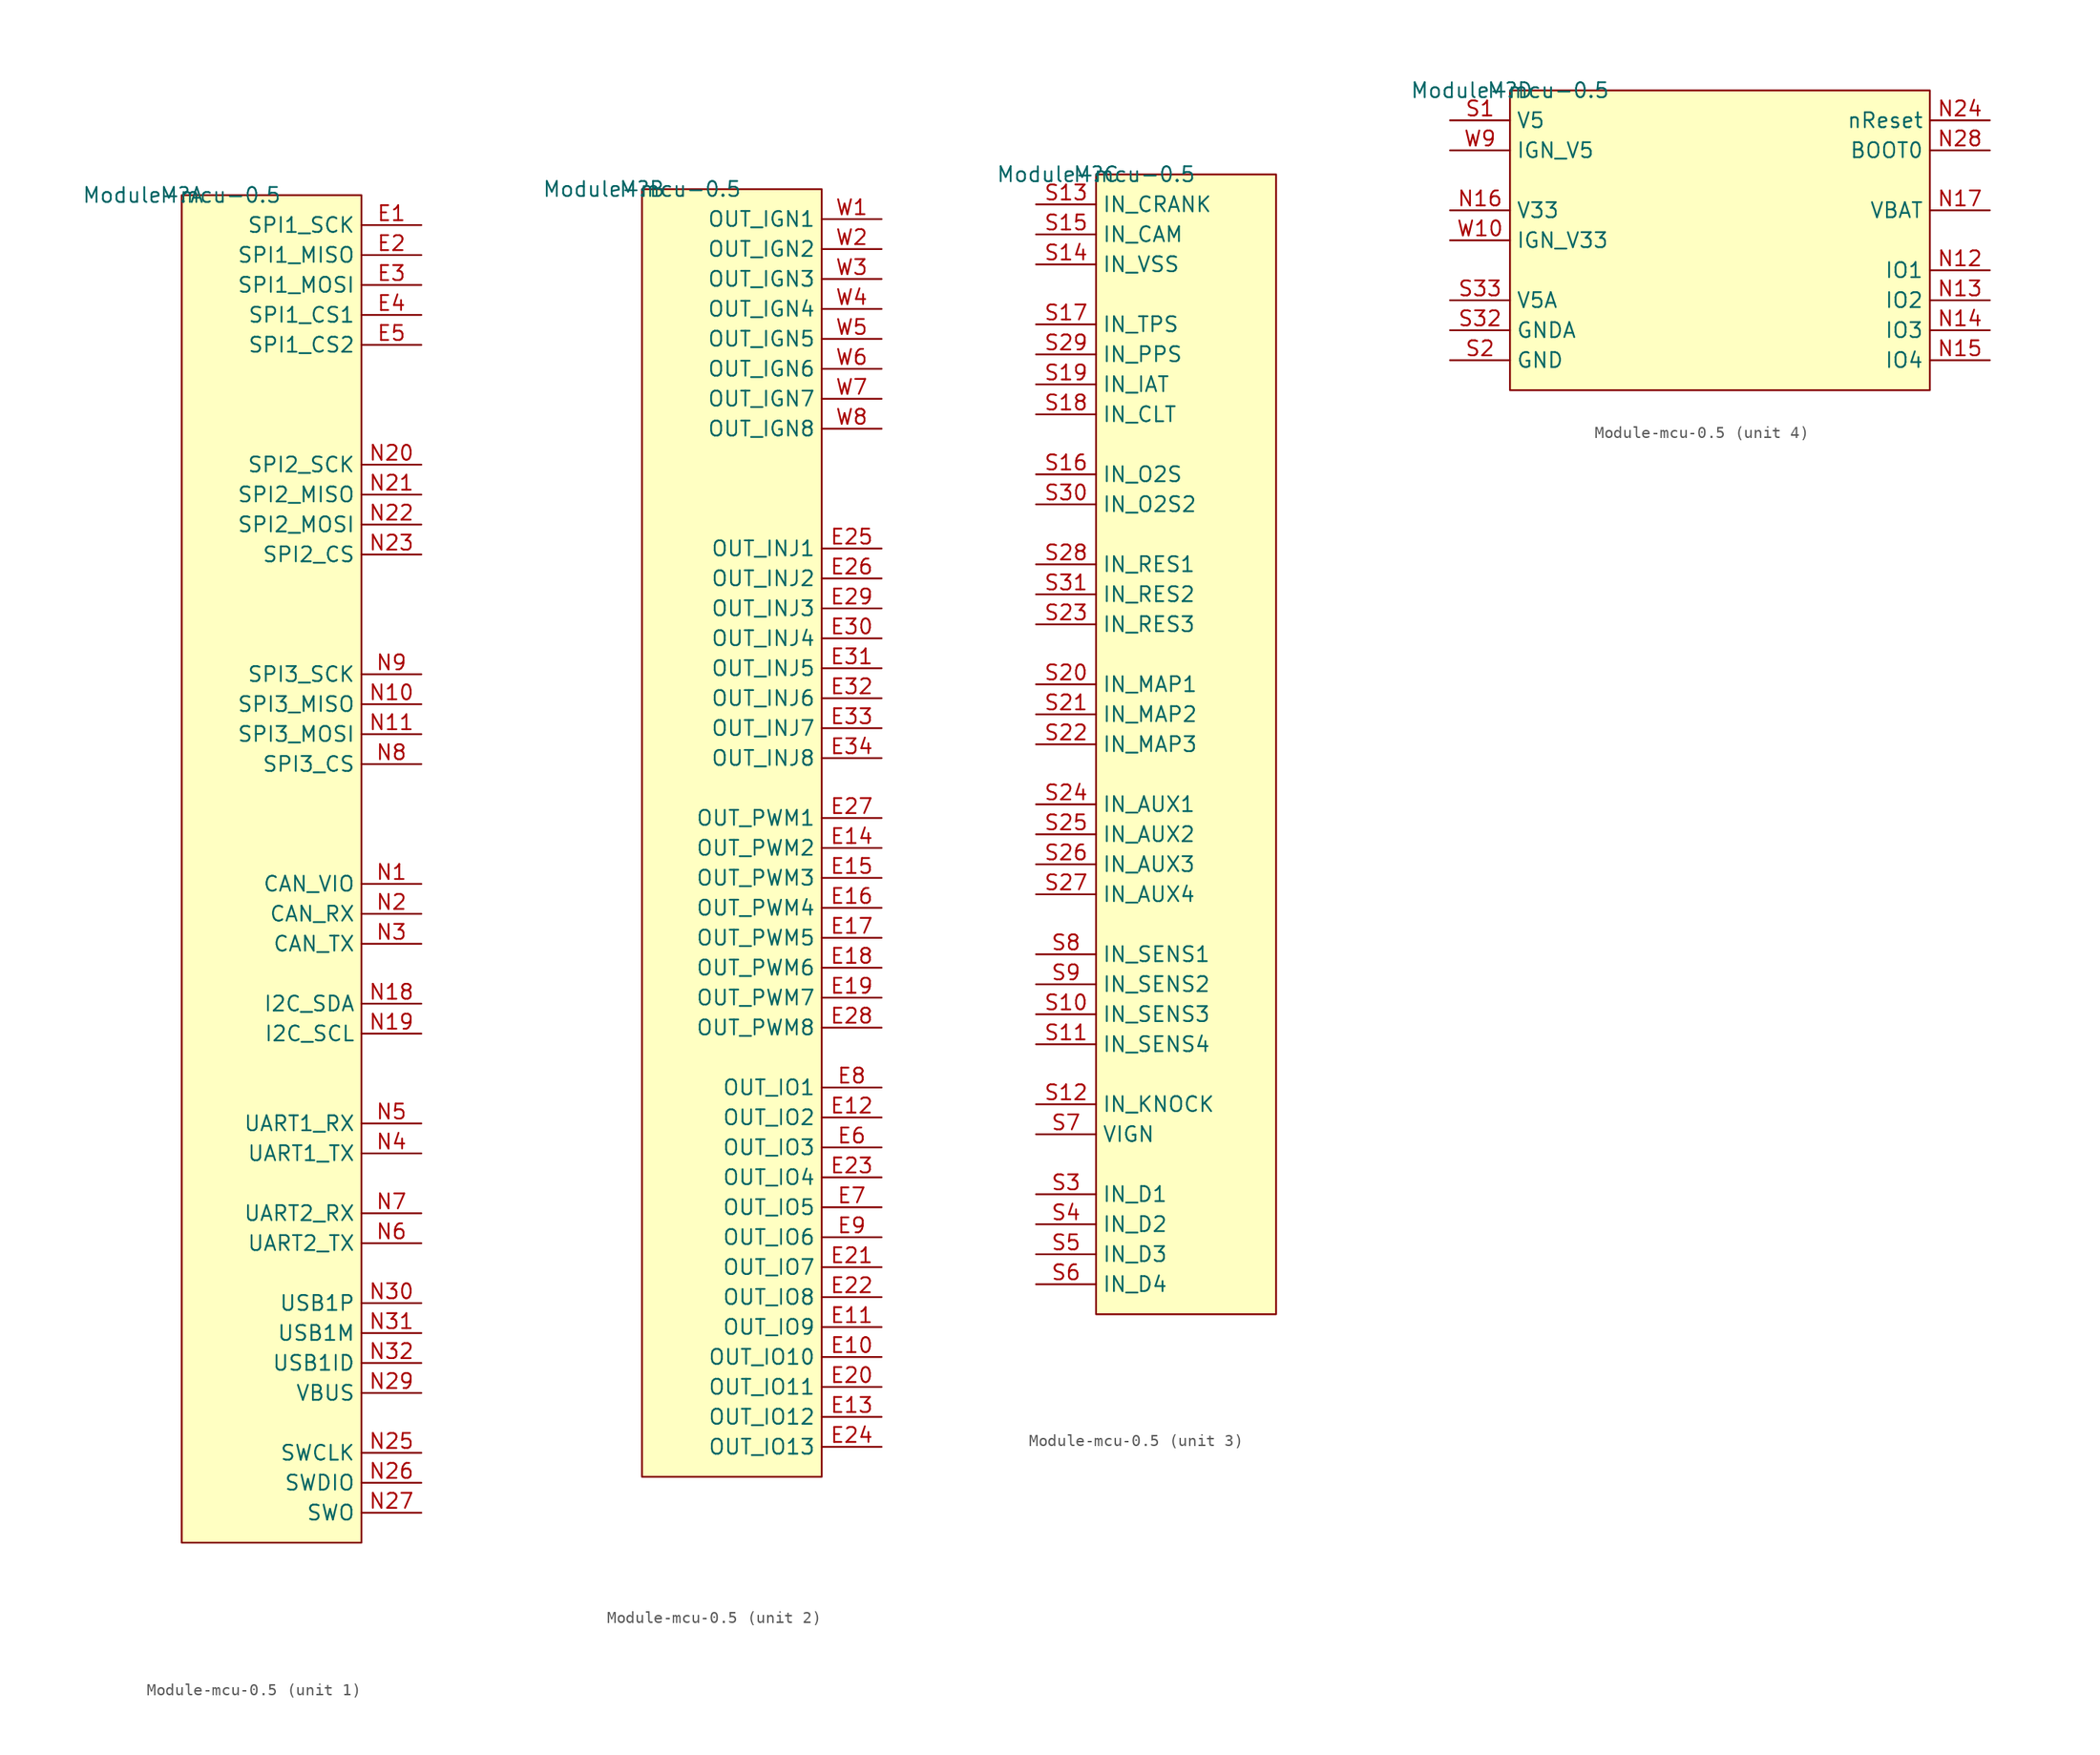
<source format=kicad_sym>
(kicad_symbol_lib
  (version 20201005)
  (generator kicad_symbol_editor)
  (symbol "mcu:Module-mcu-0.5"
    (property "Reference" "M"
      (at 0 0 0)
      (effects (font (size 1.27 1.27))))
    (property "Value" "Module-mcu-0.5"
      (at 0 0 0)
      (effects (font (size 1.27 1.27))))
    (symbol "Module-mcu-0.5_1_0"
      (rectangle (start 15.24 0) (end 0 -114.3) (stroke (width 0)) (fill (type background)))
      (pin passive line (at 20.32 -2.54 180) (length 5.08) (name "SPI1_SCK" (effects (font (size 1.27 1.27)))) (number "E1" (effects (font (size 1.27 1.27)))))
      (pin passive line (at 20.32 -5.08 180) (length 5.08) (name "SPI1_MISO" (effects (font (size 1.27 1.27)))) (number "E2" (effects (font (size 1.27 1.27)))))
      (pin passive line (at 20.32 -7.62 180) (length 5.08) (name "SPI1_MOSI" (effects (font (size 1.27 1.27)))) (number "E3" (effects (font (size 1.27 1.27)))))
      (pin passive line (at 20.32 -10.16 180) (length 5.08) (name "SPI1_CS1" (effects (font (size 1.27 1.27)))) (number "E4" (effects (font (size 1.27 1.27)))))
      (pin passive line (at 20.32 -12.7 180) (length 5.08) (name "SPI1_CS2" (effects (font (size 1.27 1.27)))) (number "E5" (effects (font (size 1.27 1.27)))))
      (pin passive line (at 20.32 -58.42 180) (length 5.08) (name "CAN_VIO" (effects (font (size 1.27 1.27)))) (number "N1" (effects (font (size 1.27 1.27)))))
      (pin passive line (at 20.32 -43.18 180) (length 5.08) (name "SPI3_MISO" (effects (font (size 1.27 1.27)))) (number "N10" (effects (font (size 1.27 1.27)))))
      (pin passive line (at 20.32 -45.72 180) (length 5.08) (name "SPI3_MOSI" (effects (font (size 1.27 1.27)))) (number "N11" (effects (font (size 1.27 1.27)))))
      (pin passive line (at 20.32 -68.58 180) (length 5.08) (name "I2C_SDA" (effects (font (size 1.27 1.27)))) (number "N18" (effects (font (size 1.27 1.27)))))
      (pin passive line (at 20.32 -71.12 180) (length 5.08) (name "I2C_SCL" (effects (font (size 1.27 1.27)))) (number "N19" (effects (font (size 1.27 1.27)))))
      (pin passive line (at 20.32 -60.96 180) (length 5.08) (name "CAN_RX" (effects (font (size 1.27 1.27)))) (number "N2" (effects (font (size 1.27 1.27)))))
      (pin passive line (at 20.32 -22.86 180) (length 5.08) (name "SPI2_SCK" (effects (font (size 1.27 1.27)))) (number "N20" (effects (font (size 1.27 1.27)))))
      (pin passive line (at 20.32 -25.4 180) (length 5.08) (name "SPI2_MISO" (effects (font (size 1.27 1.27)))) (number "N21" (effects (font (size 1.27 1.27)))))
      (pin passive line (at 20.32 -27.94 180) (length 5.08) (name "SPI2_MOSI" (effects (font (size 1.27 1.27)))) (number "N22" (effects (font (size 1.27 1.27)))))
      (pin passive line (at 20.32 -30.48 180) (length 5.08) (name "SPI2_CS" (effects (font (size 1.27 1.27)))) (number "N23" (effects (font (size 1.27 1.27)))))
      (pin passive line (at 20.32 -106.68 180) (length 5.08) (name "SWCLK" (effects (font (size 1.27 1.27)))) (number "N25" (effects (font (size 1.27 1.27)))))
      (pin passive line (at 20.32 -109.22 180) (length 5.08) (name "SWDIO" (effects (font (size 1.27 1.27)))) (number "N26" (effects (font (size 1.27 1.27)))))
      (pin passive line (at 20.32 -111.76 180) (length 5.08) (name "SWO" (effects (font (size 1.27 1.27)))) (number "N27" (effects (font (size 1.27 1.27)))))
      (pin passive line (at 20.32 -101.6 180) (length 5.08) (name "VBUS" (effects (font (size 1.27 1.27)))) (number "N29" (effects (font (size 1.27 1.27)))))
      (pin passive line (at 20.32 -63.5 180) (length 5.08) (name "CAN_TX" (effects (font (size 1.27 1.27)))) (number "N3" (effects (font (size 1.27 1.27)))))
      (pin passive line (at 20.32 -93.98 180) (length 5.08) (name "USB1P" (effects (font (size 1.27 1.27)))) (number "N30" (effects (font (size 1.27 1.27)))))
      (pin passive line (at 20.32 -96.52 180) (length 5.08) (name "USB1M" (effects (font (size 1.27 1.27)))) (number "N31" (effects (font (size 1.27 1.27)))))
      (pin passive line (at 20.32 -99.06 180) (length 5.08) (name "USB1ID" (effects (font (size 1.27 1.27)))) (number "N32" (effects (font (size 1.27 1.27)))))
      (pin passive line (at 20.32 -81.28 180) (length 5.08) (name "UART1_TX" (effects (font (size 1.27 1.27)))) (number "N4" (effects (font (size 1.27 1.27)))))
      (pin passive line (at 20.32 -78.74 180) (length 5.08) (name "UART1_RX" (effects (font (size 1.27 1.27)))) (number "N5" (effects (font (size 1.27 1.27)))))
      (pin passive line (at 20.32 -88.9 180) (length 5.08) (name "UART2_TX" (effects (font (size 1.27 1.27)))) (number "N6" (effects (font (size 1.27 1.27)))))
      (pin passive line (at 20.32 -86.36 180) (length 5.08) (name "UART2_RX" (effects (font (size 1.27 1.27)))) (number "N7" (effects (font (size 1.27 1.27)))))
      (pin passive line (at 20.32 -48.26 180) (length 5.08) (name "SPI3_CS" (effects (font (size 1.27 1.27)))) (number "N8" (effects (font (size 1.27 1.27)))))
      (pin passive line (at 20.32 -40.64 180) (length 5.08) (name "SPI3_SCK" (effects (font (size 1.27 1.27)))) (number "N9" (effects (font (size 1.27 1.27))))))
    (symbol "Module-mcu-0.5_2_0"
      (rectangle (start 15.24 0) (end 0 -109.22) (stroke (width 0)) (fill (type background)))
      (pin passive line (at 20.32 -99.06 180) (length 5.08) (name "OUT_IO10" (effects (font (size 1.27 1.27)))) (number "E10" (effects (font (size 1.27 1.27)))))
      (pin passive line (at 20.32 -96.52 180) (length 5.08) (name "OUT_IO9" (effects (font (size 1.27 1.27)))) (number "E11" (effects (font (size 1.27 1.27)))))
      (pin passive line (at 20.32 -78.74 180) (length 5.08) (name "OUT_IO2" (effects (font (size 1.27 1.27)))) (number "E12" (effects (font (size 1.27 1.27)))))
      (pin passive line (at 20.32 -104.14 180) (length 5.08) (name "OUT_IO12" (effects (font (size 1.27 1.27)))) (number "E13" (effects (font (size 1.27 1.27)))))
      (pin passive line (at 20.32 -55.88 180) (length 5.08) (name "OUT_PWM2" (effects (font (size 1.27 1.27)))) (number "E14" (effects (font (size 1.27 1.27)))))
      (pin passive line (at 20.32 -58.42 180) (length 5.08) (name "OUT_PWM3" (effects (font (size 1.27 1.27)))) (number "E15" (effects (font (size 1.27 1.27)))))
      (pin passive line (at 20.32 -60.96 180) (length 5.08) (name "OUT_PWM4" (effects (font (size 1.27 1.27)))) (number "E16" (effects (font (size 1.27 1.27)))))
      (pin passive line (at 20.32 -63.5 180) (length 5.08) (name "OUT_PWM5" (effects (font (size 1.27 1.27)))) (number "E17" (effects (font (size 1.27 1.27)))))
      (pin passive line (at 20.32 -66.04 180) (length 5.08) (name "OUT_PWM6" (effects (font (size 1.27 1.27)))) (number "E18" (effects (font (size 1.27 1.27)))))
      (pin passive line (at 20.32 -68.58 180) (length 5.08) (name "OUT_PWM7" (effects (font (size 1.27 1.27)))) (number "E19" (effects (font (size 1.27 1.27)))))
      (pin passive line (at 20.32 -101.6 180) (length 5.08) (name "OUT_IO11" (effects (font (size 1.27 1.27)))) (number "E20" (effects (font (size 1.27 1.27)))))
      (pin passive line (at 20.32 -91.44 180) (length 5.08) (name "OUT_IO7" (effects (font (size 1.27 1.27)))) (number "E21" (effects (font (size 1.27 1.27)))))
      (pin passive line (at 20.32 -93.98 180) (length 5.08) (name "OUT_IO8" (effects (font (size 1.27 1.27)))) (number "E22" (effects (font (size 1.27 1.27)))))
      (pin passive line (at 20.32 -83.82 180) (length 5.08) (name "OUT_IO4" (effects (font (size 1.27 1.27)))) (number "E23" (effects (font (size 1.27 1.27)))))
      (pin passive line (at 20.32 -106.68 180) (length 5.08) (name "OUT_IO13" (effects (font (size 1.27 1.27)))) (number "E24" (effects (font (size 1.27 1.27)))))
      (pin passive line (at 20.32 -30.48 180) (length 5.08) (name "OUT_INJ1" (effects (font (size 1.27 1.27)))) (number "E25" (effects (font (size 1.27 1.27)))))
      (pin passive line (at 20.32 -33.02 180) (length 5.08) (name "OUT_INJ2" (effects (font (size 1.27 1.27)))) (number "E26" (effects (font (size 1.27 1.27)))))
      (pin passive line (at 20.32 -53.34 180) (length 5.08) (name "OUT_PWM1" (effects (font (size 1.27 1.27)))) (number "E27" (effects (font (size 1.27 1.27)))))
      (pin passive line (at 20.32 -71.12 180) (length 5.08) (name "OUT_PWM8" (effects (font (size 1.27 1.27)))) (number "E28" (effects (font (size 1.27 1.27)))))
      (pin passive line (at 20.32 -35.56 180) (length 5.08) (name "OUT_INJ3" (effects (font (size 1.27 1.27)))) (number "E29" (effects (font (size 1.27 1.27)))))
      (pin passive line (at 20.32 -38.1 180) (length 5.08) (name "OUT_INJ4" (effects (font (size 1.27 1.27)))) (number "E30" (effects (font (size 1.27 1.27)))))
      (pin passive line (at 20.32 -40.64 180) (length 5.08) (name "OUT_INJ5" (effects (font (size 1.27 1.27)))) (number "E31" (effects (font (size 1.27 1.27)))))
      (pin passive line (at 20.32 -43.18 180) (length 5.08) (name "OUT_INJ6" (effects (font (size 1.27 1.27)))) (number "E32" (effects (font (size 1.27 1.27)))))
      (pin passive line (at 20.32 -45.72 180) (length 5.08) (name "OUT_INJ7" (effects (font (size 1.27 1.27)))) (number "E33" (effects (font (size 1.27 1.27)))))
      (pin passive line (at 20.32 -48.26 180) (length 5.08) (name "OUT_INJ8" (effects (font (size 1.27 1.27)))) (number "E34" (effects (font (size 1.27 1.27)))))
      (pin passive line (at 20.32 -81.28 180) (length 5.08) (name "OUT_IO3" (effects (font (size 1.27 1.27)))) (number "E6" (effects (font (size 1.27 1.27)))))
      (pin passive line (at 20.32 -86.36 180) (length 5.08) (name "OUT_IO5" (effects (font (size 1.27 1.27)))) (number "E7" (effects (font (size 1.27 1.27)))))
      (pin passive line (at 20.32 -76.2 180) (length 5.08) (name "OUT_IO1" (effects (font (size 1.27 1.27)))) (number "E8" (effects (font (size 1.27 1.27)))))
      (pin passive line (at 20.32 -88.9 180) (length 5.08) (name "OUT_IO6" (effects (font (size 1.27 1.27)))) (number "E9" (effects (font (size 1.27 1.27)))))
      (pin passive line (at 20.32 -2.54 180) (length 5.08) (name "OUT_IGN1" (effects (font (size 1.27 1.27)))) (number "W1" (effects (font (size 1.27 1.27)))))
      (pin passive line (at 20.32 -5.08 180) (length 5.08) (name "OUT_IGN2" (effects (font (size 1.27 1.27)))) (number "W2" (effects (font (size 1.27 1.27)))))
      (pin passive line (at 20.32 -7.62 180) (length 5.08) (name "OUT_IGN3" (effects (font (size 1.27 1.27)))) (number "W3" (effects (font (size 1.27 1.27)))))
      (pin passive line (at 20.32 -10.16 180) (length 5.08) (name "OUT_IGN4" (effects (font (size 1.27 1.27)))) (number "W4" (effects (font (size 1.27 1.27)))))
      (pin passive line (at 20.32 -12.7 180) (length 5.08) (name "OUT_IGN5" (effects (font (size 1.27 1.27)))) (number "W5" (effects (font (size 1.27 1.27)))))
      (pin passive line (at 20.32 -15.24 180) (length 5.08) (name "OUT_IGN6" (effects (font (size 1.27 1.27)))) (number "W6" (effects (font (size 1.27 1.27)))))
      (pin passive line (at 20.32 -17.78 180) (length 5.08) (name "OUT_IGN7" (effects (font (size 1.27 1.27)))) (number "W7" (effects (font (size 1.27 1.27)))))
      (pin passive line (at 20.32 -20.32 180) (length 5.08) (name "OUT_IGN8" (effects (font (size 1.27 1.27)))) (number "W8" (effects (font (size 1.27 1.27))))))
    (symbol "Module-mcu-0.5_3_0"
      (rectangle (start 15.24 0) (end 0 -96.52) (stroke (width 0)) (fill (type background)))
      (pin passive line (at -5.08 -71.12 0) (length 5.08) (name "IN_SENS3" (effects (font (size 1.27 1.27)))) (number "S10" (effects (font (size 1.27 1.27)))))
      (pin passive line (at -5.08 -73.66 0) (length 5.08) (name "IN_SENS4" (effects (font (size 1.27 1.27)))) (number "S11" (effects (font (size 1.27 1.27)))))
      (pin passive line (at -5.08 -78.74 0) (length 5.08) (name "IN_KNOCK" (effects (font (size 1.27 1.27)))) (number "S12" (effects (font (size 1.27 1.27)))))
      (pin passive line (at -5.08 -2.54 0) (length 5.08) (name "IN_CRANK" (effects (font (size 1.27 1.27)))) (number "S13" (effects (font (size 1.27 1.27)))))
      (pin passive line (at -5.08 -7.62 0) (length 5.08) (name "IN_VSS" (effects (font (size 1.27 1.27)))) (number "S14" (effects (font (size 1.27 1.27)))))
      (pin passive line (at -5.08 -5.08 0) (length 5.08) (name "IN_CAM" (effects (font (size 1.27 1.27)))) (number "S15" (effects (font (size 1.27 1.27)))))
      (pin passive line (at -5.08 -25.4 0) (length 5.08) (name "IN_O2S" (effects (font (size 1.27 1.27)))) (number "S16" (effects (font (size 1.27 1.27)))))
      (pin passive line (at -5.08 -12.7 0) (length 5.08) (name "IN_TPS" (effects (font (size 1.27 1.27)))) (number "S17" (effects (font (size 1.27 1.27)))))
      (pin passive line (at -5.08 -20.32 0) (length 5.08) (name "IN_CLT" (effects (font (size 1.27 1.27)))) (number "S18" (effects (font (size 1.27 1.27)))))
      (pin passive line (at -5.08 -17.78 0) (length 5.08) (name "IN_IAT" (effects (font (size 1.27 1.27)))) (number "S19" (effects (font (size 1.27 1.27)))))
      (pin passive line (at -5.08 -43.18 0) (length 5.08) (name "IN_MAP1" (effects (font (size 1.27 1.27)))) (number "S20" (effects (font (size 1.27 1.27)))))
      (pin passive line (at -5.08 -45.72 0) (length 5.08) (name "IN_MAP2" (effects (font (size 1.27 1.27)))) (number "S21" (effects (font (size 1.27 1.27)))))
      (pin passive line (at -5.08 -48.26 0) (length 5.08) (name "IN_MAP3" (effects (font (size 1.27 1.27)))) (number "S22" (effects (font (size 1.27 1.27)))))
      (pin passive line (at -5.08 -38.1 0) (length 5.08) (name "IN_RES3" (effects (font (size 1.27 1.27)))) (number "S23" (effects (font (size 1.27 1.27)))))
      (pin passive line (at -5.08 -53.34 0) (length 5.08) (name "IN_AUX1" (effects (font (size 1.27 1.27)))) (number "S24" (effects (font (size 1.27 1.27)))))
      (pin passive line (at -5.08 -55.88 0) (length 5.08) (name "IN_AUX2" (effects (font (size 1.27 1.27)))) (number "S25" (effects (font (size 1.27 1.27)))))
      (pin passive line (at -5.08 -58.42 0) (length 5.08) (name "IN_AUX3" (effects (font (size 1.27 1.27)))) (number "S26" (effects (font (size 1.27 1.27)))))
      (pin passive line (at -5.08 -60.96 0) (length 5.08) (name "IN_AUX4" (effects (font (size 1.27 1.27)))) (number "S27" (effects (font (size 1.27 1.27)))))
      (pin passive line (at -5.08 -33.02 0) (length 5.08) (name "IN_RES1" (effects (font (size 1.27 1.27)))) (number "S28" (effects (font (size 1.27 1.27)))))
      (pin passive line (at -5.08 -15.24 0) (length 5.08) (name "IN_PPS" (effects (font (size 1.27 1.27)))) (number "S29" (effects (font (size 1.27 1.27)))))
      (pin passive line (at -5.08 -86.36 0) (length 5.08) (name "IN_D1" (effects (font (size 1.27 1.27)))) (number "S3" (effects (font (size 1.27 1.27)))))
      (pin passive line (at -5.08 -27.94 0) (length 5.08) (name "IN_O2S2" (effects (font (size 1.27 1.27)))) (number "S30" (effects (font (size 1.27 1.27)))))
      (pin passive line (at -5.08 -35.56 0) (length 5.08) (name "IN_RES2" (effects (font (size 1.27 1.27)))) (number "S31" (effects (font (size 1.27 1.27)))))
      (pin passive line (at -5.08 -88.9 0) (length 5.08) (name "IN_D2" (effects (font (size 1.27 1.27)))) (number "S4" (effects (font (size 1.27 1.27)))))
      (pin passive line (at -5.08 -91.44 0) (length 5.08) (name "IN_D3" (effects (font (size 1.27 1.27)))) (number "S5" (effects (font (size 1.27 1.27)))))
      (pin passive line (at -5.08 -93.98 0) (length 5.08) (name "IN_D4" (effects (font (size 1.27 1.27)))) (number "S6" (effects (font (size 1.27 1.27)))))
      (pin passive line (at -5.08 -81.28 0) (length 5.08) (name "VIGN" (effects (font (size 1.27 1.27)))) (number "S7" (effects (font (size 1.27 1.27)))))
      (pin passive line (at -5.08 -66.04 0) (length 5.08) (name "IN_SENS1" (effects (font (size 1.27 1.27)))) (number "S8" (effects (font (size 1.27 1.27)))))
      (pin passive line (at -5.08 -68.58 0) (length 5.08) (name "IN_SENS2" (effects (font (size 1.27 1.27)))) (number "S9" (effects (font (size 1.27 1.27))))))
    (symbol "Module-mcu-0.5_4_0"
      (rectangle (start 35.56 0) (end 0 -25.4) (stroke (width 0)) (fill (type background)))
      (pin passive line (at 40.64 -15.24 180) (length 5.08) (name "IO1" (effects (font (size 1.27 1.27)))) (number "N12" (effects (font (size 1.27 1.27)))))
      (pin passive line (at 40.64 -17.78 180) (length 5.08) (name "IO2" (effects (font (size 1.27 1.27)))) (number "N13" (effects (font (size 1.27 1.27)))))
      (pin passive line (at 40.64 -20.32 180) (length 5.08) (name "IO3" (effects (font (size 1.27 1.27)))) (number "N14" (effects (font (size 1.27 1.27)))))
      (pin passive line (at 40.64 -22.86 180) (length 5.08) (name "IO4" (effects (font (size 1.27 1.27)))) (number "N15" (effects (font (size 1.27 1.27)))))
      (pin passive line (at -5.08 -10.16 0) (length 5.08) (name "V33" (effects (font (size 1.27 1.27)))) (number "N16" (effects (font (size 1.27 1.27)))))
      (pin passive line (at 40.64 -10.16 180) (length 5.08) (name "VBAT" (effects (font (size 1.27 1.27)))) (number "N17" (effects (font (size 1.27 1.27)))))
      (pin passive line (at 40.64 -2.54 180) (length 5.08) (name "nReset" (effects (font (size 1.27 1.27)))) (number "N24" (effects (font (size 1.27 1.27)))))
      (pin passive line (at 40.64 -5.08 180) (length 5.08) (name "BOOT0" (effects (font (size 1.27 1.27)))) (number "N28" (effects (font (size 1.27 1.27)))))
      (pin passive line (at -5.08 -2.54 0) (length 5.08) (name "V5" (effects (font (size 1.27 1.27)))) (number "S1" (effects (font (size 1.27 1.27)))))
      (pin passive line (at -5.08 -22.86 0) (length 5.08) (name "GND" (effects (font (size 1.27 1.27)))) (number "S2" (effects (font (size 1.27 1.27)))))
      (pin passive line (at -5.08 -20.32 0) (length 5.08) (name "GNDA" (effects (font (size 1.27 1.27)))) (number "S32" (effects (font (size 1.27 1.27)))))
      (pin passive line (at -5.08 -17.78 0) (length 5.08) (name "V5A" (effects (font (size 1.27 1.27)))) (number "S33" (effects (font (size 1.27 1.27)))))
      (pin passive line (at -5.08 -12.7 0) (length 5.08) (name "IGN_V33" (effects (font (size 1.27 1.27)))) (number "W10" (effects (font (size 1.27 1.27)))))
      (pin passive line (at -5.08 -5.08 0) (length 5.08) (name "IGN_V5" (effects (font (size 1.27 1.27)))) (number "W9" (effects (font (size 1.27 1.27))))))))
</source>
